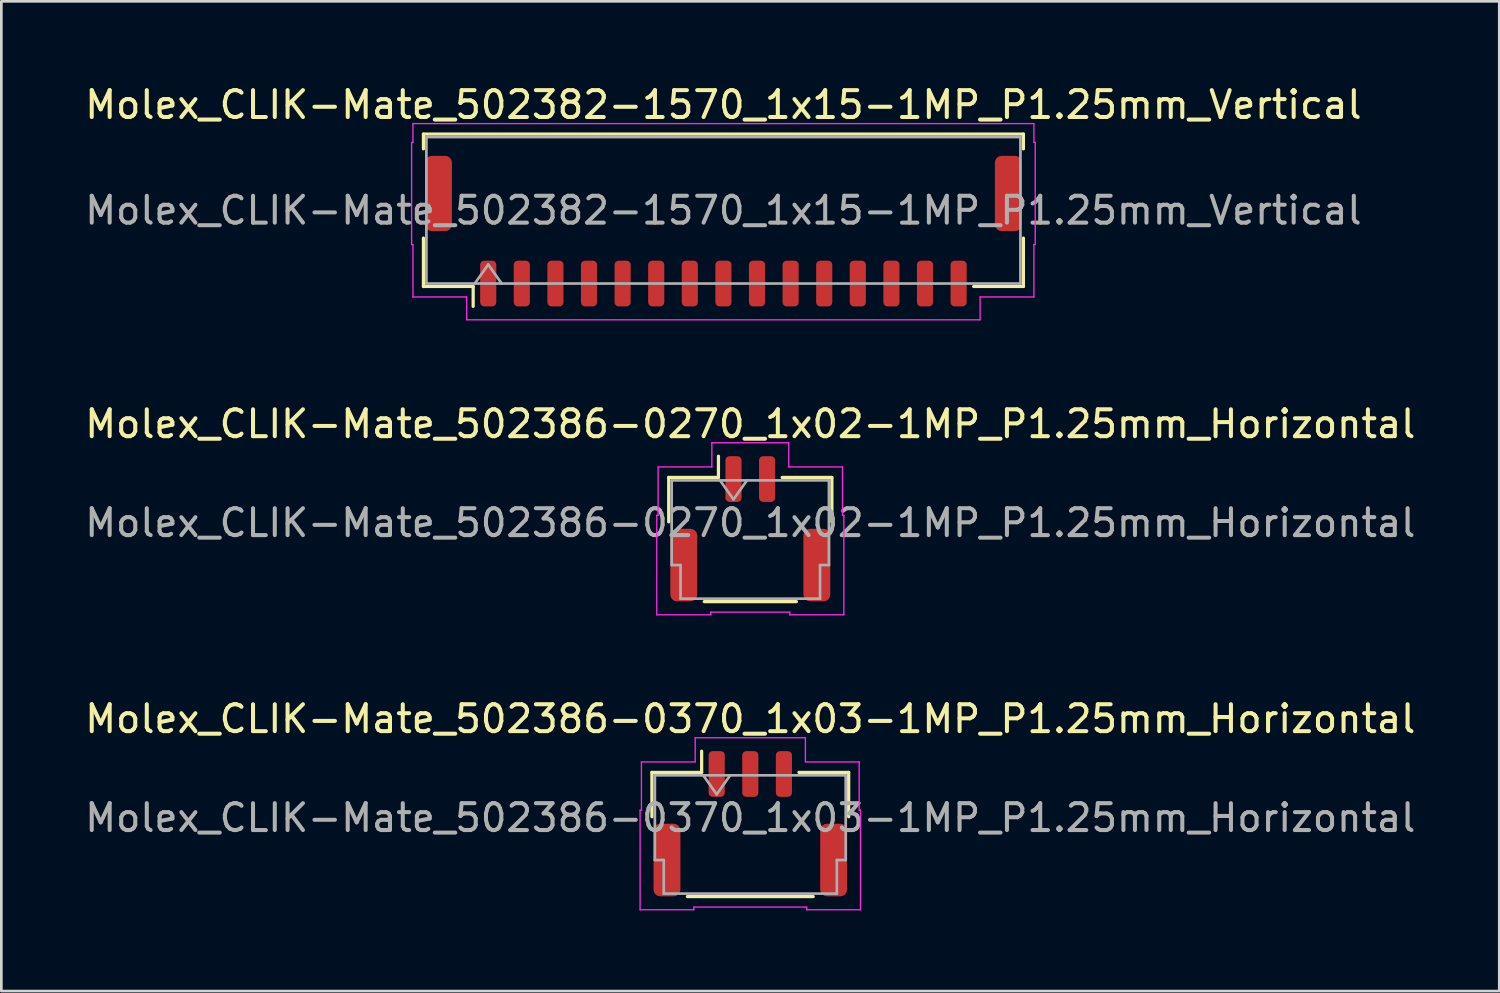
<source format=kicad_pcb>
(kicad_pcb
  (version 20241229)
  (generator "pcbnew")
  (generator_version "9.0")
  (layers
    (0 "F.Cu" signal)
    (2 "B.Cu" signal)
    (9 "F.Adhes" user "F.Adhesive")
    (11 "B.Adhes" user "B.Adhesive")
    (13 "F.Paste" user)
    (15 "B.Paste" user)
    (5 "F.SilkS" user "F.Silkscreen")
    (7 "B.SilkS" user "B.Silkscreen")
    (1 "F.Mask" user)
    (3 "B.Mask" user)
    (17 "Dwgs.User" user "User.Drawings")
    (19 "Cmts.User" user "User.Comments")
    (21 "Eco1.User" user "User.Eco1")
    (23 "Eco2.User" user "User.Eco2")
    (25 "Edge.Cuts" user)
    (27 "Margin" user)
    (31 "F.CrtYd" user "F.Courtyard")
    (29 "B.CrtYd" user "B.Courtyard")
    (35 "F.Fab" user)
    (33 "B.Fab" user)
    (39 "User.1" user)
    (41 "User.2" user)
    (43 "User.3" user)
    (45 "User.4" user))
  (footprint "Molex_CLIK-Mate_502386-0370_1x03-1MP_P1.25mm_Horizontal"
    (layer "F.Cu")
    (at 24.863 27.595)
    (property "Reference" "Molex_CLIK-Mate_502386-0370_1x03-1MP_P1.25mm_Horizontal" (at 0 -3.9 0) (layer "F.SilkS") (effects (font (size 1 1) (thickness 0.15))))
    (attr smd)
    (fp_line (start -3.66 -1.91) (end -1.81 -1.91) (stroke (width 0.12) (type solid)) (layer "F.SilkS"))
    (fp_line (start -3.66 -0.26) (end -3.66 -1.91) (stroke (width 0.12) (type solid)) (layer "F.SilkS"))
    (fp_line (start -2.34 2.71) (end 2.34 2.71) (stroke (width 0.12) (type solid)) (layer "F.SilkS"))
    (fp_line (start -1.81 -1.91) (end -1.81 -2.7) (stroke (width 0.12) (type solid)) (layer "F.SilkS"))
    (fp_line (start 3.66 -1.91) (end 1.81 -1.91) (stroke (width 0.12) (type solid)) (layer "F.SilkS"))
    (fp_line (start 3.66 -0.26) (end 3.66 -1.91) (stroke (width 0.12) (type solid)) (layer "F.SilkS"))
    (fp_line (start -4.1 -0.5) (end -4.05 -0.5) (stroke (width 0.05) (type solid)) (layer "F.CrtYd"))
    (fp_line (start -4.1 3.2) (end -4.1 -0.5) (stroke (width 0.05) (type solid)) (layer "F.CrtYd"))
    (fp_line (start -4.05 -2.3) (end -2.05 -2.3) (stroke (width 0.05) (type solid)) (layer "F.CrtYd"))
    (fp_line (start -4.05 -0.5) (end -4.05 -2.3) (stroke (width 0.05) (type solid)) (layer "F.CrtYd"))
    (fp_line (start -2.1 3.1) (end -2.1 3.2) (stroke (width 0.05) (type solid)) (layer "F.CrtYd"))
    (fp_line (start -2.1 3.2) (end -4.1 3.2) (stroke (width 0.05) (type solid)) (layer "F.CrtYd"))
    (fp_line (start -2.05 -3.2) (end 2.05 -3.2) (stroke (width 0.05) (type solid)) (layer "F.CrtYd"))
    (fp_line (start -2.05 -2.3) (end -2.05 -3.2) (stroke (width 0.05) (type solid)) (layer "F.CrtYd"))
    (fp_line (start 2.05 -3.2) (end 2.05 -2.3) (stroke (width 0.05) (type solid)) (layer "F.CrtYd"))
    (fp_line (start 2.05 -2.3) (end 4.05 -2.3) (stroke (width 0.05) (type solid)) (layer "F.CrtYd"))
    (fp_line (start 2.1 3.1) (end -2.1 3.1) (stroke (width 0.05) (type solid)) (layer "F.CrtYd"))
    (fp_line (start 2.1 3.2) (end 2.1 3.1) (stroke (width 0.05) (type solid)) (layer "F.CrtYd"))
    (fp_line (start 4.05 -2.3) (end 4.05 -0.5) (stroke (width 0.05) (type solid)) (layer "F.CrtYd"))
    (fp_line (start 4.05 -0.5) (end 4.1 -0.5) (stroke (width 0.05) (type solid)) (layer "F.CrtYd"))
    (fp_line (start 4.1 -0.5) (end 4.1 3.2) (stroke (width 0.05) (type solid)) (layer "F.CrtYd"))
    (fp_line (start 4.1 3.2) (end 2.1 3.2) (stroke (width 0.05) (type solid)) (layer "F.CrtYd"))
    (fp_line (start -3.55 -1.8) (end -3.55 1.35) (stroke (width 0.1) (type solid)) (layer "F.Fab"))
    (fp_line (start -3.55 -1.8) (end 3.55 -1.8) (stroke (width 0.1) (type solid)) (layer "F.Fab"))
    (fp_line (start -3.55 1.35) (end -3.22 1.35) (stroke (width 0.1) (type solid)) (layer "F.Fab"))
    (fp_line (start -3.22 1.35) (end -3.22 2.6) (stroke (width 0.1) (type solid)) (layer "F.Fab"))
    (fp_line (start -3.22 2.6) (end 3.22 2.6) (stroke (width 0.1) (type solid)) (layer "F.Fab"))
    (fp_line (start -1.75 -1.8) (end -1.25 -1.093) (stroke (width 0.1) (type solid)) (layer "F.Fab"))
    (fp_line (start -1.25 -1.093) (end -0.75 -1.8) (stroke (width 0.1) (type solid)) (layer "F.Fab"))
    (fp_line (start 3.22 1.35) (end 3.55 1.35) (stroke (width 0.1) (type solid)) (layer "F.Fab"))
    (fp_line (start 3.22 2.6) (end 3.22 1.35) (stroke (width 0.1) (type solid)) (layer "F.Fab"))
    (fp_line (start 3.55 -1.8) (end 3.55 1.35) (stroke (width 0.1) (type solid)) (layer "F.Fab"))
    (fp_text user "${REFERENCE}" (at 0 -0.22 0) (layer "F.Fab") (effects (font (size 1 1) (thickness 0.15))))
    (pad "1" smd roundrect (at -1.25 -1.85) (size 0.6 1.7) (layers "F.Cu" "F.Mask" "F.Paste") (roundrect_rratio 0.25))
    (pad "2" smd roundrect (at 0 -1.85) (size 0.6 1.7) (layers "F.Cu" "F.Mask" "F.Paste") (roundrect_rratio 0.25))
    (pad "3" smd roundrect (at 1.25 -1.85) (size 0.6 1.7) (layers "F.Cu" "F.Mask" "F.Paste") (roundrect_rratio 0.25))
    (pad "MP" smd roundrect (at -3.1 1.35) (size 1 2.7) (layers "F.Cu" "F.Mask" "F.Paste") (roundrect_rratio 0.25))
    (pad "MP" smd roundrect (at 3.1 1.35) (size 1 2.7) (layers "F.Cu" "F.Mask" "F.Paste") (roundrect_rratio 0.25)))
  (footprint "Molex_CLIK-Mate_502382-1570_1x15-1MP_P1.25mm_Vertical"
    (layer "F.Cu")
    (at 23.863 5.548)
    (property "Reference" "Molex_CLIK-Mate_502382-1570_1x15-1MP_P1.25mm_Vertical" (at 0 -4.7 0) (layer "F.SilkS") (effects (font (size 1 1) (thickness 0.15))))
    (attr smd)
    (fp_line (start -11.16 -3.61) (end 11.16 -3.61) (stroke (width 0.12) (type solid)) (layer "F.SilkS"))
    (fp_line (start -11.16 -3.06) (end -11.16 -3.61) (stroke (width 0.12) (type solid)) (layer "F.SilkS"))
    (fp_line (start -11.16 0.26) (end -11.16 2.06) (stroke (width 0.12) (type solid)) (layer "F.SilkS"))
    (fp_line (start -11.16 2.06) (end -9.31 2.06) (stroke (width 0.12) (type solid)) (layer "F.SilkS"))
    (fp_line (start -9.31 2.06) (end -9.31 2.8) (stroke (width 0.12) (type solid)) (layer "F.SilkS"))
    (fp_line (start 11.16 -3.61) (end 11.16 -3.06) (stroke (width 0.12) (type solid)) (layer "F.SilkS"))
    (fp_line (start 11.16 0.26) (end 11.16 2.06) (stroke (width 0.12) (type solid)) (layer "F.SilkS"))
    (fp_line (start 11.16 2.06) (end 9.31 2.06) (stroke (width 0.12) (type solid)) (layer "F.SilkS"))
    (fp_line (start -11.6 -3.3) (end -11.55 -3.3) (stroke (width 0.05) (type solid)) (layer "F.CrtYd"))
    (fp_line (start -11.6 0.5) (end -11.6 -3.3) (stroke (width 0.05) (type solid)) (layer "F.CrtYd"))
    (fp_line (start -11.55 -4) (end 11.55 -4) (stroke (width 0.05) (type solid)) (layer "F.CrtYd"))
    (fp_line (start -11.55 -3.3) (end -11.55 -4) (stroke (width 0.05) (type solid)) (layer "F.CrtYd"))
    (fp_line (start -11.55 0.5) (end -11.6 0.5) (stroke (width 0.05) (type solid)) (layer "F.CrtYd"))
    (fp_line (start -11.55 2.45) (end -11.55 0.5) (stroke (width 0.05) (type solid)) (layer "F.CrtYd"))
    (fp_line (start -9.55 2.45) (end -11.55 2.45) (stroke (width 0.05) (type solid)) (layer "F.CrtYd"))
    (fp_line (start -9.55 3.3) (end -9.55 2.45) (stroke (width 0.05) (type solid)) (layer "F.CrtYd"))
    (fp_line (start 9.55 2.45) (end 9.55 3.3) (stroke (width 0.05) (type solid)) (layer "F.CrtYd"))
    (fp_line (start 9.55 3.3) (end -9.55 3.3) (stroke (width 0.05) (type solid)) (layer "F.CrtYd"))
    (fp_line (start 11.55 -4) (end 11.55 -3.3) (stroke (width 0.05) (type solid)) (layer "F.CrtYd"))
    (fp_line (start 11.55 -3.3) (end 11.6 -3.3) (stroke (width 0.05) (type solid)) (layer "F.CrtYd"))
    (fp_line (start 11.55 0.5) (end 11.55 2.45) (stroke (width 0.05) (type solid)) (layer "F.CrtYd"))
    (fp_line (start 11.55 2.45) (end 9.55 2.45) (stroke (width 0.05) (type solid)) (layer "F.CrtYd"))
    (fp_line (start 11.6 -3.3) (end 11.6 0.5) (stroke (width 0.05) (type solid)) (layer "F.CrtYd"))
    (fp_line (start 11.6 0.5) (end 11.55 0.5) (stroke (width 0.05) (type solid)) (layer "F.CrtYd"))
    (fp_line (start -11.05 -3.5) (end 11.05 -3.5) (stroke (width 0.1) (type solid)) (layer "F.Fab"))
    (fp_line (start -11.05 1.95) (end -11.05 -3.5) (stroke (width 0.1) (type solid)) (layer "F.Fab"))
    (fp_line (start -11.05 1.95) (end 11.05 1.95) (stroke (width 0.1) (type solid)) (layer "F.Fab"))
    (fp_line (start -9.25 1.95) (end -8.75 1.243) (stroke (width 0.1) (type solid)) (layer "F.Fab"))
    (fp_line (start -8.75 1.243) (end -8.25 1.95) (stroke (width 0.1) (type solid)) (layer "F.Fab"))
    (fp_line (start 11.05 1.95) (end 11.05 -3.5) (stroke (width 0.1) (type solid)) (layer "F.Fab"))
    (fp_text user "${REFERENCE}" (at 0 -0.77 0) (layer "F.Fab") (effects (font (size 1 1) (thickness 0.15))))
    (pad "1" smd roundrect (at -8.75 1.95) (size 0.6 1.7) (layers "F.Cu" "F.Mask" "F.Paste") (roundrect_rratio 0.25))
    (pad "2" smd roundrect (at -7.5 1.95) (size 0.6 1.7) (layers "F.Cu" "F.Mask" "F.Paste") (roundrect_rratio 0.25))
    (pad "3" smd roundrect (at -6.25 1.95) (size 0.6 1.7) (layers "F.Cu" "F.Mask" "F.Paste") (roundrect_rratio 0.25))
    (pad "4" smd roundrect (at -5 1.95) (size 0.6 1.7) (layers "F.Cu" "F.Mask" "F.Paste") (roundrect_rratio 0.25))
    (pad "5" smd roundrect (at -3.75 1.95) (size 0.6 1.7) (layers "F.Cu" "F.Mask" "F.Paste") (roundrect_rratio 0.25))
    (pad "6" smd roundrect (at -2.5 1.95) (size 0.6 1.7) (layers "F.Cu" "F.Mask" "F.Paste") (roundrect_rratio 0.25))
    (pad "7" smd roundrect (at -1.25 1.95) (size 0.6 1.7) (layers "F.Cu" "F.Mask" "F.Paste") (roundrect_rratio 0.25))
    (pad "8" smd roundrect (at 0 1.95) (size 0.6 1.7) (layers "F.Cu" "F.Mask" "F.Paste") (roundrect_rratio 0.25))
    (pad "9" smd roundrect (at 1.25 1.95) (size 0.6 1.7) (layers "F.Cu" "F.Mask" "F.Paste") (roundrect_rratio 0.25))
    (pad "10" smd roundrect (at 2.5 1.95) (size 0.6 1.7) (layers "F.Cu" "F.Mask" "F.Paste") (roundrect_rratio 0.25))
    (pad "11" smd roundrect (at 3.75 1.95) (size 0.6 1.7) (layers "F.Cu" "F.Mask" "F.Paste") (roundrect_rratio 0.25))
    (pad "12" smd roundrect (at 5 1.95) (size 0.6 1.7) (layers "F.Cu" "F.Mask" "F.Paste") (roundrect_rratio 0.25))
    (pad "13" smd roundrect (at 6.25 1.95) (size 0.6 1.7) (layers "F.Cu" "F.Mask" "F.Paste") (roundrect_rratio 0.25))
    (pad "14" smd roundrect (at 7.5 1.95) (size 0.6 1.7) (layers "F.Cu" "F.Mask" "F.Paste") (roundrect_rratio 0.25))
    (pad "15" smd roundrect (at 8.75 1.95) (size 0.6 1.7) (layers "F.Cu" "F.Mask" "F.Paste") (roundrect_rratio 0.25))
    (pad "MP" smd roundrect (at -10.6 -1.4) (size 1 2.8) (layers "F.Cu" "F.Mask" "F.Paste") (roundrect_rratio 0.25))
    (pad "MP" smd roundrect (at 10.6 -1.4) (size 1 2.8) (layers "F.Cu" "F.Mask" "F.Paste") (roundrect_rratio 0.25)))
  (footprint "Molex_CLIK-Mate_502386-0270_1x02-1MP_P1.25mm_Horizontal"
    (layer "F.Cu")
    (at 24.863 16.622)
    (property "Reference" "Molex_CLIK-Mate_502386-0270_1x02-1MP_P1.25mm_Horizontal" (at 0 -3.9 0) (layer "F.SilkS") (effects (font (size 1 1) (thickness 0.15))))
    (attr smd)
    (fp_line (start -3.035 -1.91) (end -1.185 -1.91) (stroke (width 0.12) (type solid)) (layer "F.SilkS"))
    (fp_line (start -3.035 -0.26) (end -3.035 -1.91) (stroke (width 0.12) (type solid)) (layer "F.SilkS"))
    (fp_line (start -1.715 2.71) (end 1.715 2.71) (stroke (width 0.12) (type solid)) (layer "F.SilkS"))
    (fp_line (start -1.185 -1.91) (end -1.185 -2.7) (stroke (width 0.12) (type solid)) (layer "F.SilkS"))
    (fp_line (start 3.035 -1.91) (end 1.185 -1.91) (stroke (width 0.12) (type solid)) (layer "F.SilkS"))
    (fp_line (start 3.035 -0.26) (end 3.035 -1.91) (stroke (width 0.12) (type solid)) (layer "F.SilkS"))
    (fp_line (start -3.48 -0.5) (end -3.43 -0.5) (stroke (width 0.05) (type solid)) (layer "F.CrtYd"))
    (fp_line (start -3.48 3.2) (end -3.48 -0.5) (stroke (width 0.05) (type solid)) (layer "F.CrtYd"))
    (fp_line (start -3.43 -2.3) (end -1.43 -2.3) (stroke (width 0.05) (type solid)) (layer "F.CrtYd"))
    (fp_line (start -3.43 -0.5) (end -3.43 -2.3) (stroke (width 0.05) (type solid)) (layer "F.CrtYd"))
    (fp_line (start -1.47 3.1) (end -1.47 3.2) (stroke (width 0.05) (type solid)) (layer "F.CrtYd"))
    (fp_line (start -1.47 3.2) (end -3.48 3.2) (stroke (width 0.05) (type solid)) (layer "F.CrtYd"))
    (fp_line (start -1.43 -3.2) (end 1.43 -3.2) (stroke (width 0.05) (type solid)) (layer "F.CrtYd"))
    (fp_line (start -1.43 -2.3) (end -1.43 -3.2) (stroke (width 0.05) (type solid)) (layer "F.CrtYd"))
    (fp_line (start 1.43 -3.2) (end 1.43 -2.3) (stroke (width 0.05) (type solid)) (layer "F.CrtYd"))
    (fp_line (start 1.43 -2.3) (end 3.43 -2.3) (stroke (width 0.05) (type solid)) (layer "F.CrtYd"))
    (fp_line (start 1.47 3.1) (end -1.47 3.1) (stroke (width 0.05) (type solid)) (layer "F.CrtYd"))
    (fp_line (start 1.47 3.2) (end 1.47 3.1) (stroke (width 0.05) (type solid)) (layer "F.CrtYd"))
    (fp_line (start 3.43 -2.3) (end 3.43 -0.5) (stroke (width 0.05) (type solid)) (layer "F.CrtYd"))
    (fp_line (start 3.43 -0.5) (end 3.48 -0.5) (stroke (width 0.05) (type solid)) (layer "F.CrtYd"))
    (fp_line (start 3.48 -0.5) (end 3.48 3.2) (stroke (width 0.05) (type solid)) (layer "F.CrtYd"))
    (fp_line (start 3.48 3.2) (end 1.47 3.2) (stroke (width 0.05) (type solid)) (layer "F.CrtYd"))
    (fp_line (start -2.925 -1.8) (end -2.925 1.35) (stroke (width 0.1) (type solid)) (layer "F.Fab"))
    (fp_line (start -2.925 -1.8) (end 2.925 -1.8) (stroke (width 0.1) (type solid)) (layer "F.Fab"))
    (fp_line (start -2.925 1.35) (end -2.595 1.35) (stroke (width 0.1) (type solid)) (layer "F.Fab"))
    (fp_line (start -2.595 1.35) (end -2.595 2.6) (stroke (width 0.1) (type solid)) (layer "F.Fab"))
    (fp_line (start -2.595 2.6) (end 2.595 2.6) (stroke (width 0.1) (type solid)) (layer "F.Fab"))
    (fp_line (start -1.125 -1.8) (end -0.625 -1.093) (stroke (width 0.1) (type solid)) (layer "F.Fab"))
    (fp_line (start -0.625 -1.093) (end -0.125 -1.8) (stroke (width 0.1) (type solid)) (layer "F.Fab"))
    (fp_line (start 2.595 1.35) (end 2.925 1.35) (stroke (width 0.1) (type solid)) (layer "F.Fab"))
    (fp_line (start 2.595 2.6) (end 2.595 1.35) (stroke (width 0.1) (type solid)) (layer "F.Fab"))
    (fp_line (start 2.925 -1.8) (end 2.925 1.35) (stroke (width 0.1) (type solid)) (layer "F.Fab"))
    (fp_text user "${REFERENCE}" (at 0 -0.22 0) (layer "F.Fab") (effects (font (size 1 1) (thickness 0.15))))
    (pad "1" smd roundrect (at -0.625 -1.85) (size 0.6 1.7) (layers "F.Cu" "F.Mask" "F.Paste") (roundrect_rratio 0.25))
    (pad "2" smd roundrect (at 0.625 -1.85) (size 0.6 1.7) (layers "F.Cu" "F.Mask" "F.Paste") (roundrect_rratio 0.25))
    (pad "MP" smd roundrect (at -2.475 1.35) (size 1 2.7) (layers "F.Cu" "F.Mask" "F.Paste") (roundrect_rratio 0.25))
    (pad "MP" smd roundrect (at 2.475 1.35) (size 1 2.7) (layers "F.Cu" "F.Mask" "F.Paste") (roundrect_rratio 0.25)))
  (gr_rect
    (start -3 -3)
    (end 52.726 33.82)
    (stroke (width 0.1) (type default))
    (fill no)
    (layer "Edge.Cuts")))
</source>
